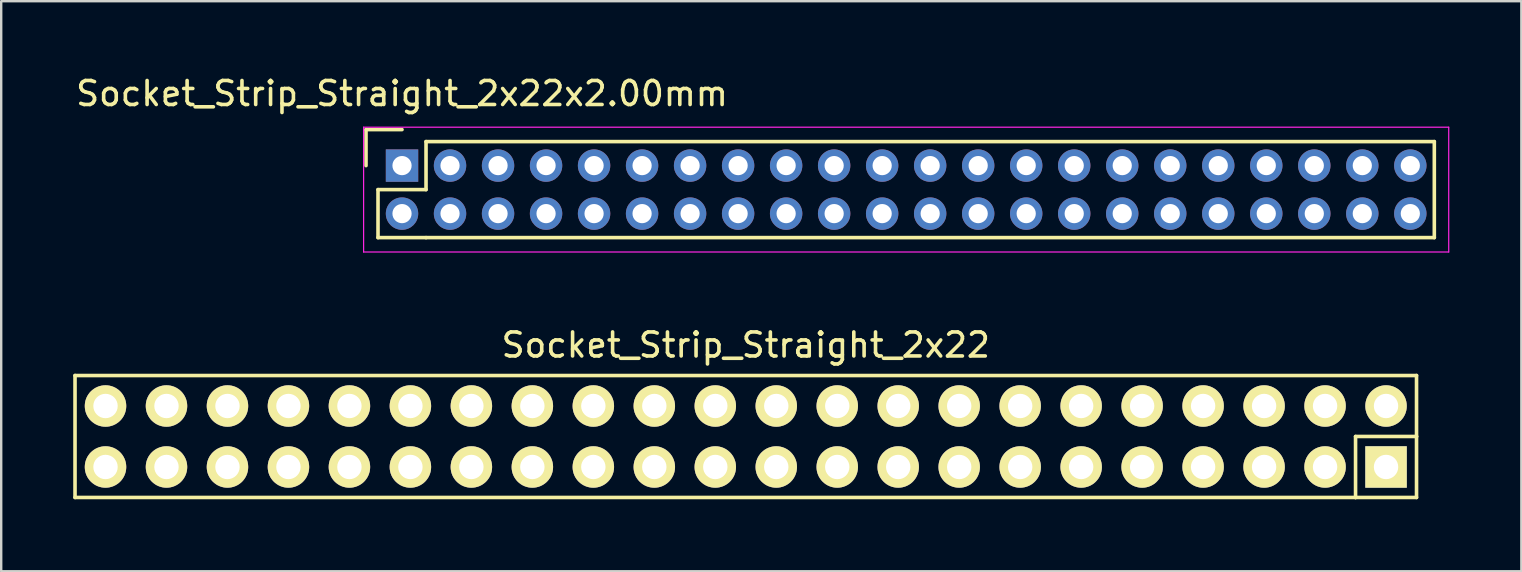
<source format=kicad_pcb>
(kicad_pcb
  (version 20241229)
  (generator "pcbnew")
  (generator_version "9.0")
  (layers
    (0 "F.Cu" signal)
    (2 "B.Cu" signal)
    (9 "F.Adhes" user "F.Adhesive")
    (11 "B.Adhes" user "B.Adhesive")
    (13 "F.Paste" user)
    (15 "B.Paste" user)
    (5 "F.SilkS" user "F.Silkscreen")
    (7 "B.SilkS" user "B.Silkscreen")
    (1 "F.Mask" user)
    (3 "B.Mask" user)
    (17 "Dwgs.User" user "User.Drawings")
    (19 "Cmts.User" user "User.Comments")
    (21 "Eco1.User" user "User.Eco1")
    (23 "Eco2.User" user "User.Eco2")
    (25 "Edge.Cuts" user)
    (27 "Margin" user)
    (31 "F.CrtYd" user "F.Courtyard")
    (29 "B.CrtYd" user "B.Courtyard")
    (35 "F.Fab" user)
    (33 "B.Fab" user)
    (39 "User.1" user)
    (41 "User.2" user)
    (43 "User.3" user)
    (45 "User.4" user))
  (footprint "Socket_Strip_Straight_2x22"
    (layer "F.Cu")
    (at 28.015 15.132)
    (property "Reference" "Socket_Strip_Straight_2x22" (at 0 -3.81 0) (layer "F.SilkS") (effects (font (size 1 1) (thickness 0.15))))
    (attr through_hole)
    (fp_line (start -27.94 -2.54) (end -27.94 2.54) (stroke (width 0.15) (type solid)) (layer "F.SilkS"))
    (fp_line (start -27.94 -2.54) (end 27.94 -2.54) (stroke (width 0.15) (type solid)) (layer "F.SilkS"))
    (fp_line (start 25.4 0) (end 25.4 2.54) (stroke (width 0.15) (type solid)) (layer "F.SilkS"))
    (fp_line (start 25.4 2.54) (end -27.94 2.54) (stroke (width 0.15) (type solid)) (layer "F.SilkS"))
    (fp_line (start 27.94 -2.54) (end 27.94 0) (stroke (width 0.15) (type solid)) (layer "F.SilkS"))
    (fp_line (start 27.94 0) (end 25.4 0) (stroke (width 0.15) (type solid)) (layer "F.SilkS"))
    (fp_line (start 27.94 2.54) (end 25.4 2.54) (stroke (width 0.15) (type solid)) (layer "F.SilkS"))
    (fp_line (start 27.94 2.54) (end 27.94 0) (stroke (width 0.15) (type solid)) (layer "F.SilkS"))
    (pad "1" thru_hole rect (at 26.67 1.27 180) (size 1.727 1.727) (drill 1.016) (layers "*.Cu" "*.Mask" "F.SilkS"))
    (pad "2" thru_hole oval (at 26.67 -1.27 180) (size 1.727 1.727) (drill 1.016) (layers "*.Cu" "*.Mask" "F.SilkS"))
    (pad "3" thru_hole oval (at 24.13 1.27 180) (size 1.727 1.727) (drill 1.016) (layers "*.Cu" "*.Mask" "F.SilkS"))
    (pad "4" thru_hole oval (at 24.13 -1.27 180) (size 1.727 1.727) (drill 1.016) (layers "*.Cu" "*.Mask" "F.SilkS"))
    (pad "5" thru_hole oval (at 21.59 1.27 180) (size 1.727 1.727) (drill 1.016) (layers "*.Cu" "*.Mask" "F.SilkS"))
    (pad "6" thru_hole oval (at 21.59 -1.27 180) (size 1.727 1.727) (drill 1.016) (layers "*.Cu" "*.Mask" "F.SilkS"))
    (pad "7" thru_hole oval (at 19.05 1.27 180) (size 1.727 1.727) (drill 1.016) (layers "*.Cu" "*.Mask" "F.SilkS"))
    (pad "8" thru_hole oval (at 19.05 -1.27 180) (size 1.727 1.727) (drill 1.016) (layers "*.Cu" "*.Mask" "F.SilkS"))
    (pad "9" thru_hole oval (at 16.51 1.27 180) (size 1.727 1.727) (drill 1.016) (layers "*.Cu" "*.Mask" "F.SilkS"))
    (pad "10" thru_hole oval (at 16.51 -1.27 180) (size 1.727 1.727) (drill 1.016) (layers "*.Cu" "*.Mask" "F.SilkS"))
    (pad "11" thru_hole oval (at 13.97 1.27 180) (size 1.727 1.727) (drill 1.016) (layers "*.Cu" "*.Mask" "F.SilkS"))
    (pad "12" thru_hole oval (at 13.97 -1.27 180) (size 1.727 1.727) (drill 1.016) (layers "*.Cu" "*.Mask" "F.SilkS"))
    (pad "13" thru_hole oval (at 11.43 1.27 180) (size 1.727 1.727) (drill 1.016) (layers "*.Cu" "*.Mask" "F.SilkS"))
    (pad "14" thru_hole oval (at 11.43 -1.27 180) (size 1.727 1.727) (drill 1.016) (layers "*.Cu" "*.Mask" "F.SilkS"))
    (pad "15" thru_hole oval (at 8.89 1.27 180) (size 1.727 1.727) (drill 1.016) (layers "*.Cu" "*.Mask" "F.SilkS"))
    (pad "16" thru_hole oval (at 8.89 -1.27 180) (size 1.727 1.727) (drill 1.016) (layers "*.Cu" "*.Mask" "F.SilkS"))
    (pad "17" thru_hole oval (at 6.35 1.27 180) (size 1.727 1.727) (drill 1.016) (layers "*.Cu" "*.Mask" "F.SilkS"))
    (pad "18" thru_hole oval (at 6.35 -1.27 180) (size 1.727 1.727) (drill 1.016) (layers "*.Cu" "*.Mask" "F.SilkS"))
    (pad "19" thru_hole oval (at 3.81 1.27 180) (size 1.727 1.727) (drill 1.016) (layers "*.Cu" "*.Mask" "F.SilkS"))
    (pad "20" thru_hole oval (at 3.81 -1.27 180) (size 1.727 1.727) (drill 1.016) (layers "*.Cu" "*.Mask" "F.SilkS"))
    (pad "21" thru_hole oval (at 1.27 1.27 180) (size 1.727 1.727) (drill 1.016) (layers "*.Cu" "*.Mask" "F.SilkS"))
    (pad "22" thru_hole oval (at 1.27 -1.27 180) (size 1.727 1.727) (drill 1.016) (layers "*.Cu" "*.Mask" "F.SilkS"))
    (pad "23" thru_hole oval (at -1.27 1.27 180) (size 1.727 1.727) (drill 1.016) (layers "*.Cu" "*.Mask" "F.SilkS"))
    (pad "24" thru_hole oval (at -1.27 -1.27 180) (size 1.727 1.727) (drill 1.016) (layers "*.Cu" "*.Mask" "F.SilkS"))
    (pad "25" thru_hole oval (at -3.81 1.27 180) (size 1.727 1.727) (drill 1.016) (layers "*.Cu" "*.Mask" "F.SilkS"))
    (pad "26" thru_hole oval (at -3.81 -1.27 180) (size 1.727 1.727) (drill 1.016) (layers "*.Cu" "*.Mask" "F.SilkS"))
    (pad "27" thru_hole oval (at -6.35 1.27 180) (size 1.727 1.727) (drill 1.016) (layers "*.Cu" "*.Mask" "F.SilkS"))
    (pad "28" thru_hole oval (at -6.35 -1.27 180) (size 1.727 1.727) (drill 1.016) (layers "*.Cu" "*.Mask" "F.SilkS"))
    (pad "29" thru_hole oval (at -8.89 1.27 180) (size 1.727 1.727) (drill 1.016) (layers "*.Cu" "*.Mask" "F.SilkS"))
    (pad "30" thru_hole oval (at -8.89 -1.27 180) (size 1.727 1.727) (drill 1.016) (layers "*.Cu" "*.Mask" "F.SilkS"))
    (pad "31" thru_hole oval (at -11.43 1.27 180) (size 1.727 1.727) (drill 1.016) (layers "*.Cu" "*.Mask" "F.SilkS"))
    (pad "32" thru_hole oval (at -11.43 -1.27 180) (size 1.727 1.727) (drill 1.016) (layers "*.Cu" "*.Mask" "F.SilkS"))
    (pad "33" thru_hole oval (at -13.97 1.27 180) (size 1.727 1.727) (drill 1.016) (layers "*.Cu" "*.Mask" "F.SilkS"))
    (pad "34" thru_hole oval (at -13.97 -1.27 180) (size 1.727 1.727) (drill 1.016) (layers "*.Cu" "*.Mask" "F.SilkS"))
    (pad "35" thru_hole oval (at -16.51 1.27 180) (size 1.727 1.727) (drill 1.016) (layers "*.Cu" "*.Mask" "F.SilkS"))
    (pad "36" thru_hole oval (at -16.51 -1.27 180) (size 1.727 1.727) (drill 1.016) (layers "*.Cu" "*.Mask" "F.SilkS"))
    (pad "37" thru_hole oval (at -19.05 1.27 180) (size 1.727 1.727) (drill 1.016) (layers "*.Cu" "*.Mask" "F.SilkS"))
    (pad "38" thru_hole oval (at -19.05 -1.27 180) (size 1.727 1.727) (drill 1.016) (layers "*.Cu" "*.Mask" "F.SilkS"))
    (pad "39" thru_hole oval (at -21.59 1.27 180) (size 1.727 1.727) (drill 1.016) (layers "*.Cu" "*.Mask" "F.SilkS"))
    (pad "40" thru_hole oval (at -21.59 -1.27 180) (size 1.727 1.727) (drill 1.016) (layers "*.Cu" "*.Mask" "F.SilkS"))
    (pad "41" thru_hole oval (at -24.13 1.27 180) (size 1.727 1.727) (drill 1.016) (layers "*.Cu" "*.Mask" "F.SilkS"))
    (pad "42" thru_hole oval (at -24.13 -1.27 180) (size 1.727 1.727) (drill 1.016) (layers "*.Cu" "*.Mask" "F.SilkS"))
    (pad "43" thru_hole oval (at -26.67 1.27 180) (size 1.727 1.727) (drill 1.016) (layers "*.Cu" "*.Mask" "F.SilkS"))
    (pad "44" thru_hole oval (at -26.67 -1.27 180) (size 1.727 1.727) (drill 1.016) (layers "*.Cu" "*.Mask" "F.SilkS")))
  (footprint "Socket_Strip_Straight_2x22x2.00mm"
    (layer "F.Cu")
    (at 13.696 3.848)
    (property "Reference" "Socket_Strip_Straight_2x22x2.00mm" (at 0 -3 0) (layer "F.SilkS") (effects (font (size 1 1) (thickness 0.15))))
    (attr through_hole)
    (fp_line (start -1.5 -1.5) (end -1.5 0) (stroke (width 0.15) (type solid)) (layer "F.SilkS"))
    (fp_line (start -1 1) (end -1 3) (stroke (width 0.15) (type solid)) (layer "F.SilkS"))
    (fp_line (start -1 3) (end 1 3) (stroke (width 0.15) (type solid)) (layer "F.SilkS"))
    (fp_line (start 0 -1.5) (end -1.5 -1.5) (stroke (width 0.15) (type solid)) (layer "F.SilkS"))
    (fp_line (start 1 -1) (end 1 1) (stroke (width 0.15) (type solid)) (layer "F.SilkS"))
    (fp_line (start 1 1) (end -1 1) (stroke (width 0.15) (type solid)) (layer "F.SilkS"))
    (fp_line (start 1 3) (end 43 3) (stroke (width 0.15) (type solid)) (layer "F.SilkS"))
    (fp_line (start 43 -1) (end 1 -1) (stroke (width 0.15) (type solid)) (layer "F.SilkS"))
    (fp_line (start 43 3) (end 43 -1) (stroke (width 0.15) (type solid)) (layer "F.SilkS"))
    (fp_line (start -1.6 -1.6) (end -1.6 3.6) (stroke (width 0.05) (type solid)) (layer "F.CrtYd"))
    (fp_line (start -1.6 3.6) (end 43.6 3.6) (stroke (width 0.05) (type solid)) (layer "F.CrtYd"))
    (fp_line (start 43.6 -1.6) (end -1.6 -1.6) (stroke (width 0.05) (type solid)) (layer "F.CrtYd"))
    (fp_line (start 43.6 3.6) (end 43.6 -1.6) (stroke (width 0.05) (type solid)) (layer "F.CrtYd"))
    (pad "1" thru_hole rect (at 0 0) (size 1.35 1.35) (drill 0.8) (layers "*.Cu" "*.Mask"))
    (pad "2" thru_hole circle (at 0 2) (size 1.35 1.35) (drill 0.8) (layers "*.Cu" "*.Mask"))
    (pad "3" thru_hole circle (at 2 0) (size 1.35 1.35) (drill 0.8) (layers "*.Cu" "*.Mask"))
    (pad "4" thru_hole circle (at 2 2) (size 1.35 1.35) (drill 0.8) (layers "*.Cu" "*.Mask"))
    (pad "5" thru_hole circle (at 4 0) (size 1.35 1.35) (drill 0.8) (layers "*.Cu" "*.Mask"))
    (pad "6" thru_hole circle (at 4 2) (size 1.35 1.35) (drill 0.8) (layers "*.Cu" "*.Mask"))
    (pad "7" thru_hole circle (at 6 0) (size 1.35 1.35) (drill 0.8) (layers "*.Cu" "*.Mask"))
    (pad "8" thru_hole circle (at 6 2) (size 1.35 1.35) (drill 0.8) (layers "*.Cu" "*.Mask"))
    (pad "9" thru_hole circle (at 8 0) (size 1.35 1.35) (drill 0.8) (layers "*.Cu" "*.Mask"))
    (pad "10" thru_hole circle (at 8 2) (size 1.35 1.35) (drill 0.8) (layers "*.Cu" "*.Mask"))
    (pad "11" thru_hole circle (at 10 0) (size 1.35 1.35) (drill 0.8) (layers "*.Cu" "*.Mask"))
    (pad "12" thru_hole circle (at 10 2) (size 1.35 1.35) (drill 0.8) (layers "*.Cu" "*.Mask"))
    (pad "13" thru_hole circle (at 12 0) (size 1.35 1.35) (drill 0.8) (layers "*.Cu" "*.Mask"))
    (pad "14" thru_hole circle (at 12 2) (size 1.35 1.35) (drill 0.8) (layers "*.Cu" "*.Mask"))
    (pad "15" thru_hole circle (at 14 0) (size 1.35 1.35) (drill 0.8) (layers "*.Cu" "*.Mask"))
    (pad "16" thru_hole circle (at 14 2) (size 1.35 1.35) (drill 0.8) (layers "*.Cu" "*.Mask"))
    (pad "17" thru_hole circle (at 16 0) (size 1.35 1.35) (drill 0.8) (layers "*.Cu" "*.Mask"))
    (pad "18" thru_hole circle (at 16 2) (size 1.35 1.35) (drill 0.8) (layers "*.Cu" "*.Mask"))
    (pad "19" thru_hole circle (at 18 0) (size 1.35 1.35) (drill 0.8) (layers "*.Cu" "*.Mask"))
    (pad "20" thru_hole circle (at 18 2) (size 1.35 1.35) (drill 0.8) (layers "*.Cu" "*.Mask"))
    (pad "21" thru_hole circle (at 20 0) (size 1.35 1.35) (drill 0.8) (layers "*.Cu" "*.Mask"))
    (pad "22" thru_hole circle (at 20 2) (size 1.35 1.35) (drill 0.8) (layers "*.Cu" "*.Mask"))
    (pad "23" thru_hole circle (at 22 0) (size 1.35 1.35) (drill 0.8) (layers "*.Cu" "*.Mask"))
    (pad "24" thru_hole circle (at 22 2) (size 1.35 1.35) (drill 0.8) (layers "*.Cu" "*.Mask"))
    (pad "25" thru_hole circle (at 24 0) (size 1.35 1.35) (drill 0.8) (layers "*.Cu" "*.Mask"))
    (pad "26" thru_hole circle (at 24 2) (size 1.35 1.35) (drill 0.8) (layers "*.Cu" "*.Mask"))
    (pad "27" thru_hole circle (at 26 0) (size 1.35 1.35) (drill 0.8) (layers "*.Cu" "*.Mask"))
    (pad "28" thru_hole circle (at 26 2) (size 1.35 1.35) (drill 0.8) (layers "*.Cu" "*.Mask"))
    (pad "29" thru_hole circle (at 28 0) (size 1.35 1.35) (drill 0.8) (layers "*.Cu" "*.Mask"))
    (pad "30" thru_hole circle (at 28 2) (size 1.35 1.35) (drill 0.8) (layers "*.Cu" "*.Mask"))
    (pad "31" thru_hole circle (at 30 0) (size 1.35 1.35) (drill 0.8) (layers "*.Cu" "*.Mask"))
    (pad "32" thru_hole circle (at 30 2) (size 1.35 1.35) (drill 0.8) (layers "*.Cu" "*.Mask"))
    (pad "33" thru_hole circle (at 32 0) (size 1.35 1.35) (drill 0.8) (layers "*.Cu" "*.Mask"))
    (pad "34" thru_hole circle (at 32 2) (size 1.35 1.35) (drill 0.8) (layers "*.Cu" "*.Mask"))
    (pad "35" thru_hole circle (at 34 0) (size 1.35 1.35) (drill 0.8) (layers "*.Cu" "*.Mask"))
    (pad "36" thru_hole circle (at 34 2) (size 1.35 1.35) (drill 0.8) (layers "*.Cu" "*.Mask"))
    (pad "37" thru_hole circle (at 36 0) (size 1.35 1.35) (drill 0.8) (layers "*.Cu" "*.Mask"))
    (pad "38" thru_hole circle (at 36 2) (size 1.35 1.35) (drill 0.8) (layers "*.Cu" "*.Mask"))
    (pad "39" thru_hole circle (at 38 0) (size 1.35 1.35) (drill 0.8) (layers "*.Cu" "*.Mask"))
    (pad "40" thru_hole circle (at 38 2) (size 1.35 1.35) (drill 0.8) (layers "*.Cu" "*.Mask"))
    (pad "41" thru_hole circle (at 40 0) (size 1.35 1.35) (drill 0.8) (layers "*.Cu" "*.Mask"))
    (pad "42" thru_hole circle (at 40 2) (size 1.35 1.35) (drill 0.8) (layers "*.Cu" "*.Mask"))
    (pad "43" thru_hole circle (at 42 0) (size 1.35 1.35) (drill 0.8) (layers "*.Cu" "*.Mask"))
    (pad "44" thru_hole circle (at 42 2) (size 1.35 1.35) (drill 0.8) (layers "*.Cu" "*.Mask")))
  (gr_rect
    (start -3 -3)
    (end 60.321 20.747)
    (stroke (width 0.1) (type default))
    (fill no)
    (layer "Edge.Cuts")))
</source>
